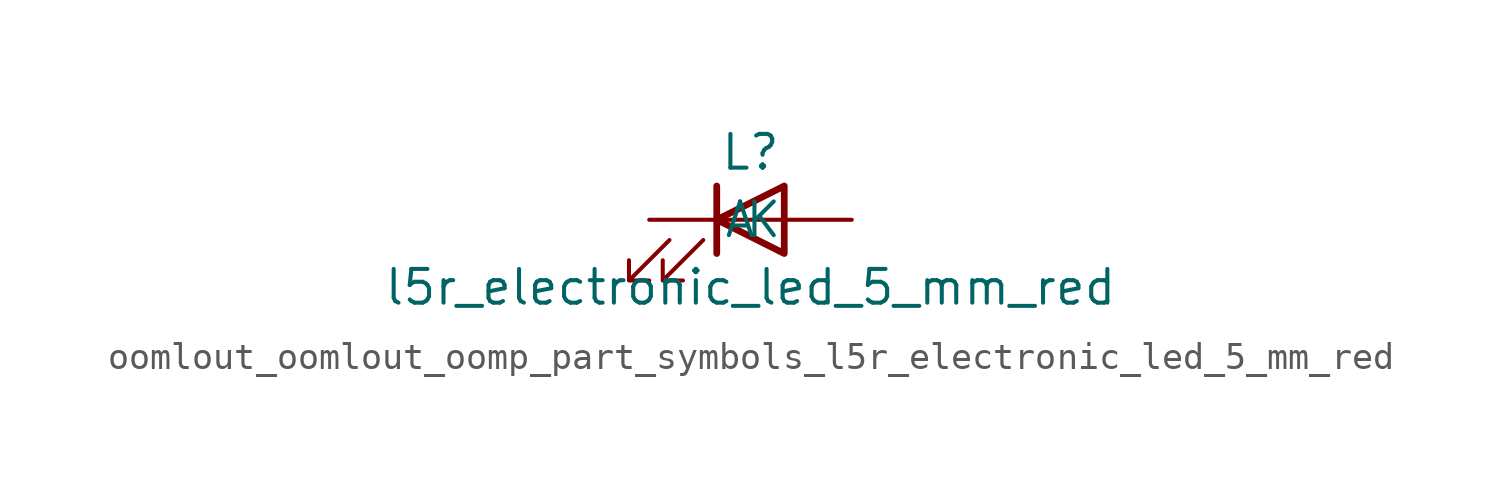
<source format=kicad_sym>
(kicad_symbol_lib
  (version 20220914)
  (generator kicad_symbol_editor)
  (symbol "oomlout_oomlout_oomp_part_symbols_l5r_electronic_led_5_mm_red"
    (pin_numbers hide)
    (pin_names
      (offset 1.016))
    (property "Reference" "L"
      (at 0 2.54 0)
      (effects (font (size 1.27 1.27))))
    (property "Value" "l5r_electronic_led_5_mm_red"
      (at 0 -2.54 0)
      (effects (font (size 1.27 1.27))))
    (symbol "oomlout_oomlout_oomp_part_symbols_l5r_electronic_led_5_mm_red_0_1"
      (polyline (pts (xy -1.27 -1.27) (xy -1.27 1.27)) (stroke (width 0.254) (type default)) (fill (type none)))
      (polyline (pts (xy -1.27 0) (xy 1.27 0)) (stroke (width 0) (type default)) (fill (type none)))
      (polyline (pts (xy 1.27 -1.27) (xy 1.27 1.27) (xy -1.27 0) (xy 1.27 -1.27)) (stroke (width 0.254) (type default)) (fill (type none)))
      (polyline (pts (xy -3.048 -0.762) (xy -4.572 -2.286) (xy -3.81 -2.286) (xy -4.572 -2.286) (xy -4.572 -1.524)) (stroke (width 0) (type default)) (fill (type none)))
      (polyline (pts (xy -1.778 -0.762) (xy -3.302 -2.286) (xy -2.54 -2.286) (xy -3.302 -2.286) (xy -3.302 -1.524)) (stroke (width 0) (type default)) (fill (type none))))
    (symbol "oomlout_oomlout_oomp_part_symbols_l5r_electronic_led_5_mm_red_1_1"
      (pin passive line (at -3.81 0 0) (length 2.54) (name "K" (effects (font (size 1.27 1.27)))) (number "1" (effects (font (size 1.27 1.27)))))
      (pin passive line (at 3.81 0 180) (length 2.54) (name "A" (effects (font (size 1.27 1.27)))) (number "2" (effects (font (size 1.27 1.27))))))))
</source>
